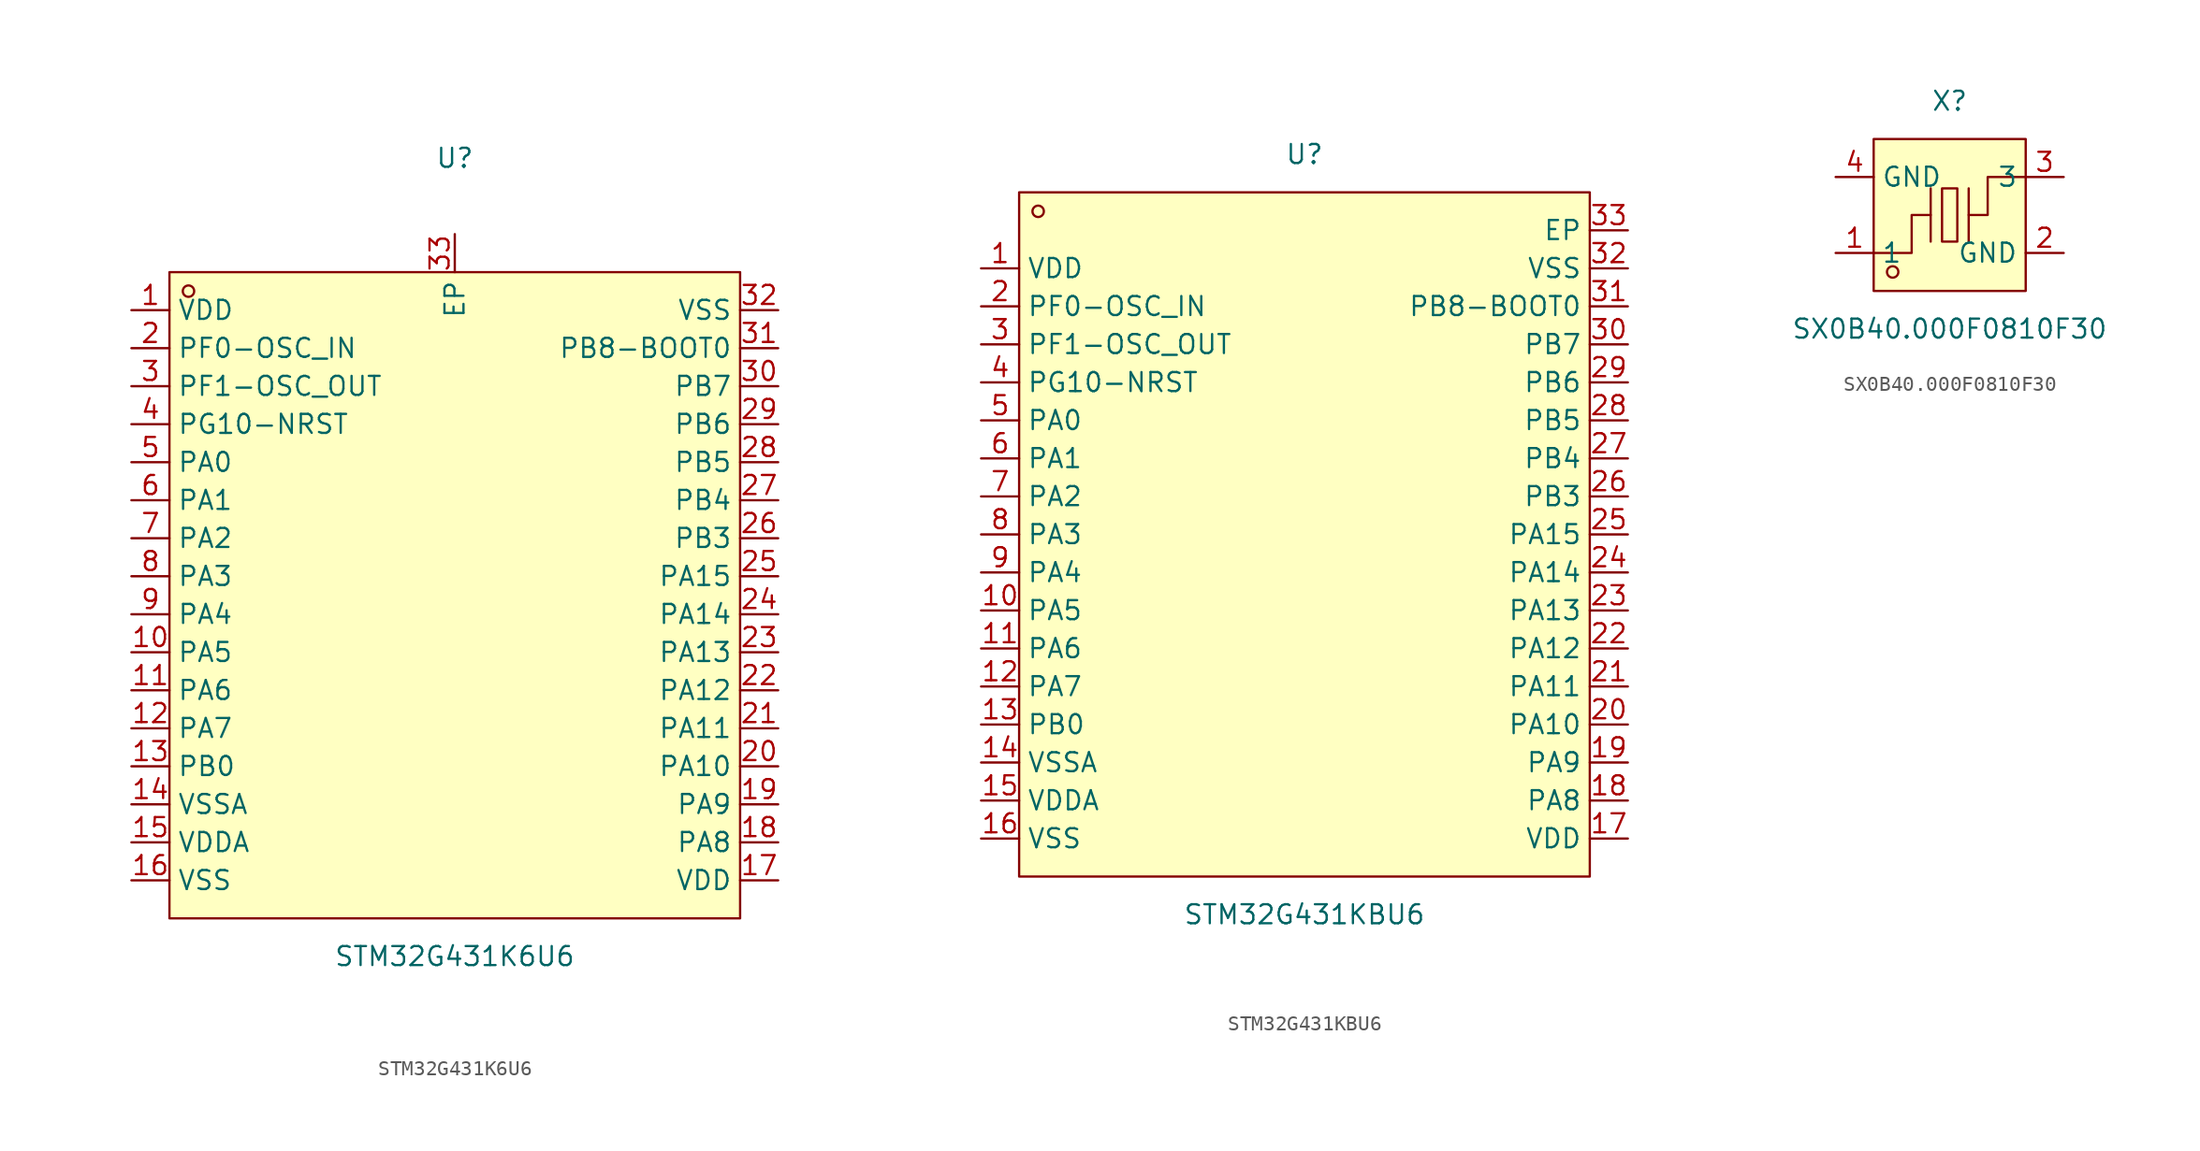
<source format=kicad_sym>
(kicad_symbol_lib
  (version 20241209)
  (generator "kicad_symbol_editor")
  (generator_version "9.0")
  (symbol "STM32G431K6U6"
    (property "Reference" "U"
      (at 0 29.21 0)
      (effects (font (size 1.27 1.27))))
    (property "Value" "STM32G431K6U6"
      (at 0 -24.13 0)
      (effects (font (size 1.27 1.27))))
    (symbol "STM32G431K6U6_0_1"
      (rectangle (start -19.05 21.59) (end 19.05 -21.59) (stroke (width 0) (type default)) (fill (type background)))
      (circle (center -17.78 20.32) (radius 0.38) (stroke (width 0) (type default)) (fill (type none)))
      (pin unspecified line (at -21.59 19.05 0) (length 2.54) (name "VDD" (effects (font (size 1.27 1.27)))) (number "1" (effects (font (size 1.27 1.27)))))
      (pin unspecified line (at -21.59 16.51 0) (length 2.54) (name "PF0-OSC_IN" (effects (font (size 1.27 1.27)))) (number "2" (effects (font (size 1.27 1.27)))))
      (pin unspecified line (at -21.59 13.97 0) (length 2.54) (name "PF1-OSC_OUT" (effects (font (size 1.27 1.27)))) (number "3" (effects (font (size 1.27 1.27)))))
      (pin unspecified line (at -21.59 11.43 0) (length 2.54) (name "PG10-NRST" (effects (font (size 1.27 1.27)))) (number "4" (effects (font (size 1.27 1.27)))))
      (pin unspecified line (at -21.59 8.89 0) (length 2.54) (name "PA0" (effects (font (size 1.27 1.27)))) (number "5" (effects (font (size 1.27 1.27)))))
      (pin unspecified line (at -21.59 6.35 0) (length 2.54) (name "PA1" (effects (font (size 1.27 1.27)))) (number "6" (effects (font (size 1.27 1.27)))))
      (pin unspecified line (at -21.59 3.81 0) (length 2.54) (name "PA2" (effects (font (size 1.27 1.27)))) (number "7" (effects (font (size 1.27 1.27)))))
      (pin unspecified line (at -21.59 1.27 0) (length 2.54) (name "PA3" (effects (font (size 1.27 1.27)))) (number "8" (effects (font (size 1.27 1.27)))))
      (pin unspecified line (at -21.59 -1.27 0) (length 2.54) (name "PA4" (effects (font (size 1.27 1.27)))) (number "9" (effects (font (size 1.27 1.27)))))
      (pin unspecified line (at -21.59 -3.81 0) (length 2.54) (name "PA5" (effects (font (size 1.27 1.27)))) (number "10" (effects (font (size 1.27 1.27)))))
      (pin unspecified line (at -21.59 -6.35 0) (length 2.54) (name "PA6" (effects (font (size 1.27 1.27)))) (number "11" (effects (font (size 1.27 1.27)))))
      (pin unspecified line (at -21.59 -8.89 0) (length 2.54) (name "PA7" (effects (font (size 1.27 1.27)))) (number "12" (effects (font (size 1.27 1.27)))))
      (pin unspecified line (at -21.59 -11.43 0) (length 2.54) (name "PB0" (effects (font (size 1.27 1.27)))) (number "13" (effects (font (size 1.27 1.27)))))
      (pin unspecified line (at -21.59 -13.97 0) (length 2.54) (name "VSSA" (effects (font (size 1.27 1.27)))) (number "14" (effects (font (size 1.27 1.27)))))
      (pin unspecified line (at -21.59 -16.51 0) (length 2.54) (name "VDDA" (effects (font (size 1.27 1.27)))) (number "15" (effects (font (size 1.27 1.27)))))
      (pin unspecified line (at -21.59 -19.05 0) (length 2.54) (name "VSS" (effects (font (size 1.27 1.27)))) (number "16" (effects (font (size 1.27 1.27)))))
      (pin unspecified line (at 0 24.13 270) (length 2.54) (name "EP" (effects (font (size 1.27 1.27)))) (number "33" (effects (font (size 1.27 1.27)))))
      (pin unspecified line (at 21.59 19.05 180) (length 2.54) (name "VSS" (effects (font (size 1.27 1.27)))) (number "32" (effects (font (size 1.27 1.27)))))
      (pin unspecified line (at 21.59 16.51 180) (length 2.54) (name "PB8-BOOT0" (effects (font (size 1.27 1.27)))) (number "31" (effects (font (size 1.27 1.27)))))
      (pin unspecified line (at 21.59 13.97 180) (length 2.54) (name "PB7" (effects (font (size 1.27 1.27)))) (number "30" (effects (font (size 1.27 1.27)))))
      (pin unspecified line (at 21.59 11.43 180) (length 2.54) (name "PB6" (effects (font (size 1.27 1.27)))) (number "29" (effects (font (size 1.27 1.27)))))
      (pin unspecified line (at 21.59 8.89 180) (length 2.54) (name "PB5" (effects (font (size 1.27 1.27)))) (number "28" (effects (font (size 1.27 1.27)))))
      (pin unspecified line (at 21.59 6.35 180) (length 2.54) (name "PB4" (effects (font (size 1.27 1.27)))) (number "27" (effects (font (size 1.27 1.27)))))
      (pin unspecified line (at 21.59 3.81 180) (length 2.54) (name "PB3" (effects (font (size 1.27 1.27)))) (number "26" (effects (font (size 1.27 1.27)))))
      (pin unspecified line (at 21.59 1.27 180) (length 2.54) (name "PA15" (effects (font (size 1.27 1.27)))) (number "25" (effects (font (size 1.27 1.27)))))
      (pin unspecified line (at 21.59 -1.27 180) (length 2.54) (name "PA14" (effects (font (size 1.27 1.27)))) (number "24" (effects (font (size 1.27 1.27)))))
      (pin unspecified line (at 21.59 -3.81 180) (length 2.54) (name "PA13" (effects (font (size 1.27 1.27)))) (number "23" (effects (font (size 1.27 1.27)))))
      (pin unspecified line (at 21.59 -6.35 180) (length 2.54) (name "PA12" (effects (font (size 1.27 1.27)))) (number "22" (effects (font (size 1.27 1.27)))))
      (pin unspecified line (at 21.59 -8.89 180) (length 2.54) (name "PA11" (effects (font (size 1.27 1.27)))) (number "21" (effects (font (size 1.27 1.27)))))
      (pin unspecified line (at 21.59 -11.43 180) (length 2.54) (name "PA10" (effects (font (size 1.27 1.27)))) (number "20" (effects (font (size 1.27 1.27)))))
      (pin unspecified line (at 21.59 -13.97 180) (length 2.54) (name "PA9" (effects (font (size 1.27 1.27)))) (number "19" (effects (font (size 1.27 1.27)))))
      (pin unspecified line (at 21.59 -16.51 180) (length 2.54) (name "PA8" (effects (font (size 1.27 1.27)))) (number "18" (effects (font (size 1.27 1.27)))))
      (pin unspecified line (at 21.59 -19.05 180) (length 2.54) (name "VDD" (effects (font (size 1.27 1.27)))) (number "17" (effects (font (size 1.27 1.27)))))))
  (symbol "STM32G431KBU6"
    (property "Reference" "U"
      (at 0 25.4 0)
      (effects (font (size 1.27 1.27))))
    (property "Value" "STM32G431KBU6"
      (at 0 -25.4 0)
      (effects (font (size 1.27 1.27))))
    (symbol "STM32G431KBU6_0_1"
      (rectangle (start -19.05 22.86) (end 19.05 -22.86) (stroke (width 0) (type default)) (fill (type background)))
      (circle (center -17.78 21.59) (radius 0.38) (stroke (width 0) (type default)) (fill (type none)))
      (pin unspecified line (at -21.59 17.78 0) (length 2.54) (name "VDD" (effects (font (size 1.27 1.27)))) (number "1" (effects (font (size 1.27 1.27)))))
      (pin unspecified line (at -21.59 15.24 0) (length 2.54) (name "PF0-OSC_IN" (effects (font (size 1.27 1.27)))) (number "2" (effects (font (size 1.27 1.27)))))
      (pin unspecified line (at -21.59 12.7 0) (length 2.54) (name "PF1-OSC_OUT" (effects (font (size 1.27 1.27)))) (number "3" (effects (font (size 1.27 1.27)))))
      (pin unspecified line (at -21.59 10.16 0) (length 2.54) (name "PG10-NRST" (effects (font (size 1.27 1.27)))) (number "4" (effects (font (size 1.27 1.27)))))
      (pin unspecified line (at -21.59 7.62 0) (length 2.54) (name "PA0" (effects (font (size 1.27 1.27)))) (number "5" (effects (font (size 1.27 1.27)))))
      (pin unspecified line (at -21.59 5.08 0) (length 2.54) (name "PA1" (effects (font (size 1.27 1.27)))) (number "6" (effects (font (size 1.27 1.27)))))
      (pin unspecified line (at -21.59 2.54 0) (length 2.54) (name "PA2" (effects (font (size 1.27 1.27)))) (number "7" (effects (font (size 1.27 1.27)))))
      (pin unspecified line (at -21.59 0 0) (length 2.54) (name "PA3" (effects (font (size 1.27 1.27)))) (number "8" (effects (font (size 1.27 1.27)))))
      (pin unspecified line (at -21.59 -2.54 0) (length 2.54) (name "PA4" (effects (font (size 1.27 1.27)))) (number "9" (effects (font (size 1.27 1.27)))))
      (pin unspecified line (at -21.59 -5.08 0) (length 2.54) (name "PA5" (effects (font (size 1.27 1.27)))) (number "10" (effects (font (size 1.27 1.27)))))
      (pin unspecified line (at -21.59 -7.62 0) (length 2.54) (name "PA6" (effects (font (size 1.27 1.27)))) (number "11" (effects (font (size 1.27 1.27)))))
      (pin unspecified line (at -21.59 -10.16 0) (length 2.54) (name "PA7" (effects (font (size 1.27 1.27)))) (number "12" (effects (font (size 1.27 1.27)))))
      (pin unspecified line (at -21.59 -12.7 0) (length 2.54) (name "PB0" (effects (font (size 1.27 1.27)))) (number "13" (effects (font (size 1.27 1.27)))))
      (pin unspecified line (at -21.59 -15.24 0) (length 2.54) (name "VSSA" (effects (font (size 1.27 1.27)))) (number "14" (effects (font (size 1.27 1.27)))))
      (pin unspecified line (at -21.59 -17.78 0) (length 2.54) (name "VDDA" (effects (font (size 1.27 1.27)))) (number "15" (effects (font (size 1.27 1.27)))))
      (pin unspecified line (at -21.59 -20.32 0) (length 2.54) (name "VSS" (effects (font (size 1.27 1.27)))) (number "16" (effects (font (size 1.27 1.27)))))
      (pin unspecified line (at 21.59 20.32 180) (length 2.54) (name "EP" (effects (font (size 1.27 1.27)))) (number "33" (effects (font (size 1.27 1.27)))))
      (pin unspecified line (at 21.59 17.78 180) (length 2.54) (name "VSS" (effects (font (size 1.27 1.27)))) (number "32" (effects (font (size 1.27 1.27)))))
      (pin unspecified line (at 21.59 15.24 180) (length 2.54) (name "PB8-BOOT0" (effects (font (size 1.27 1.27)))) (number "31" (effects (font (size 1.27 1.27)))))
      (pin unspecified line (at 21.59 12.7 180) (length 2.54) (name "PB7" (effects (font (size 1.27 1.27)))) (number "30" (effects (font (size 1.27 1.27)))))
      (pin unspecified line (at 21.59 10.16 180) (length 2.54) (name "PB6" (effects (font (size 1.27 1.27)))) (number "29" (effects (font (size 1.27 1.27)))))
      (pin unspecified line (at 21.59 7.62 180) (length 2.54) (name "PB5" (effects (font (size 1.27 1.27)))) (number "28" (effects (font (size 1.27 1.27)))))
      (pin unspecified line (at 21.59 5.08 180) (length 2.54) (name "PB4" (effects (font (size 1.27 1.27)))) (number "27" (effects (font (size 1.27 1.27)))))
      (pin unspecified line (at 21.59 2.54 180) (length 2.54) (name "PB3" (effects (font (size 1.27 1.27)))) (number "26" (effects (font (size 1.27 1.27)))))
      (pin unspecified line (at 21.59 0 180) (length 2.54) (name "PA15" (effects (font (size 1.27 1.27)))) (number "25" (effects (font (size 1.27 1.27)))))
      (pin unspecified line (at 21.59 -2.54 180) (length 2.54) (name "PA14" (effects (font (size 1.27 1.27)))) (number "24" (effects (font (size 1.27 1.27)))))
      (pin unspecified line (at 21.59 -5.08 180) (length 2.54) (name "PA13" (effects (font (size 1.27 1.27)))) (number "23" (effects (font (size 1.27 1.27)))))
      (pin unspecified line (at 21.59 -7.62 180) (length 2.54) (name "PA12" (effects (font (size 1.27 1.27)))) (number "22" (effects (font (size 1.27 1.27)))))
      (pin unspecified line (at 21.59 -10.16 180) (length 2.54) (name "PA11" (effects (font (size 1.27 1.27)))) (number "21" (effects (font (size 1.27 1.27)))))
      (pin unspecified line (at 21.59 -12.7 180) (length 2.54) (name "PA10" (effects (font (size 1.27 1.27)))) (number "20" (effects (font (size 1.27 1.27)))))
      (pin unspecified line (at 21.59 -15.24 180) (length 2.54) (name "PA9" (effects (font (size 1.27 1.27)))) (number "19" (effects (font (size 1.27 1.27)))))
      (pin unspecified line (at 21.59 -17.78 180) (length 2.54) (name "PA8" (effects (font (size 1.27 1.27)))) (number "18" (effects (font (size 1.27 1.27)))))
      (pin unspecified line (at 21.59 -20.32 180) (length 2.54) (name "VDD" (effects (font (size 1.27 1.27)))) (number "17" (effects (font (size 1.27 1.27)))))))
  (symbol "SX0B40.000F0810F30"
    (property "Reference" "X"
      (at 0 7.62 0)
      (effects (font (size 1.27 1.27))))
    (property "Value" "SX0B40.000F0810F30"
      (at 0 -7.62 0)
      (effects (font (size 1.27 1.27))))
    (symbol "SX0B40.000F0810F30_0_1"
      (rectangle (start -5.08 5.08) (end 5.08 -5.08) (stroke (width 0) (type default) (color 0 0 0 0)) (fill (type background)))
      (rectangle (start -0.51 1.78) (end 0.51 -1.78) (stroke (width 0) (type default) (color 0 0 0 0)) (fill (type background)))
      (circle (center -3.81 -3.81) (radius 0.38) (stroke (width 0) (type default) (color 0 0 0 0)) (fill (type none)))
      (polyline (pts (xy -1.27 -1.78) (xy -1.27 1.78)) (stroke (width 0) (type default) (color 0 0 0 0)) (fill (type none)))
      (polyline (pts (xy 1.27 -1.78) (xy 1.27 1.78)) (stroke (width 0) (type default) (color 0 0 0 0)) (fill (type none)))
      (polyline (pts (xy -5.08 -2.54) (xy -2.54 -2.54) (xy -2.54 -0.00) (xy -1.27 -0.00)) (stroke (width 0) (type default) (color 0 0 0 0)) (fill (type none)))
      (polyline (pts (xy 5.08 2.54) (xy 2.54 2.54) (xy 2.54 -0.00) (xy 1.27 -0.00)) (stroke (width 0) (type default) (color 0 0 0 0)) (fill (type none)))
      (pin input line (at -7.62 -2.54 0) (length 2.54) (name "1" (effects (font (size 1.27 1.27)))) (number "1" (effects (font (size 1.27 1.27)))))
      (pin input line (at 7.62 2.54 180) (length 2.54) (name "3" (effects (font (size 1.27 1.27)))) (number "3" (effects (font (size 1.27 1.27)))))
      (pin input line (at -7.62 2.54 0) (length 2.54) (name "GND" (effects (font (size 1.27 1.27)))) (number "4" (effects (font (size 1.27 1.27)))))
      (pin input line (at 7.62 -2.54 180) (length 2.54) (name "GND" (effects (font (size 1.27 1.27)))) (number "2" (effects (font (size 1.27 1.27))))))))
</source>
